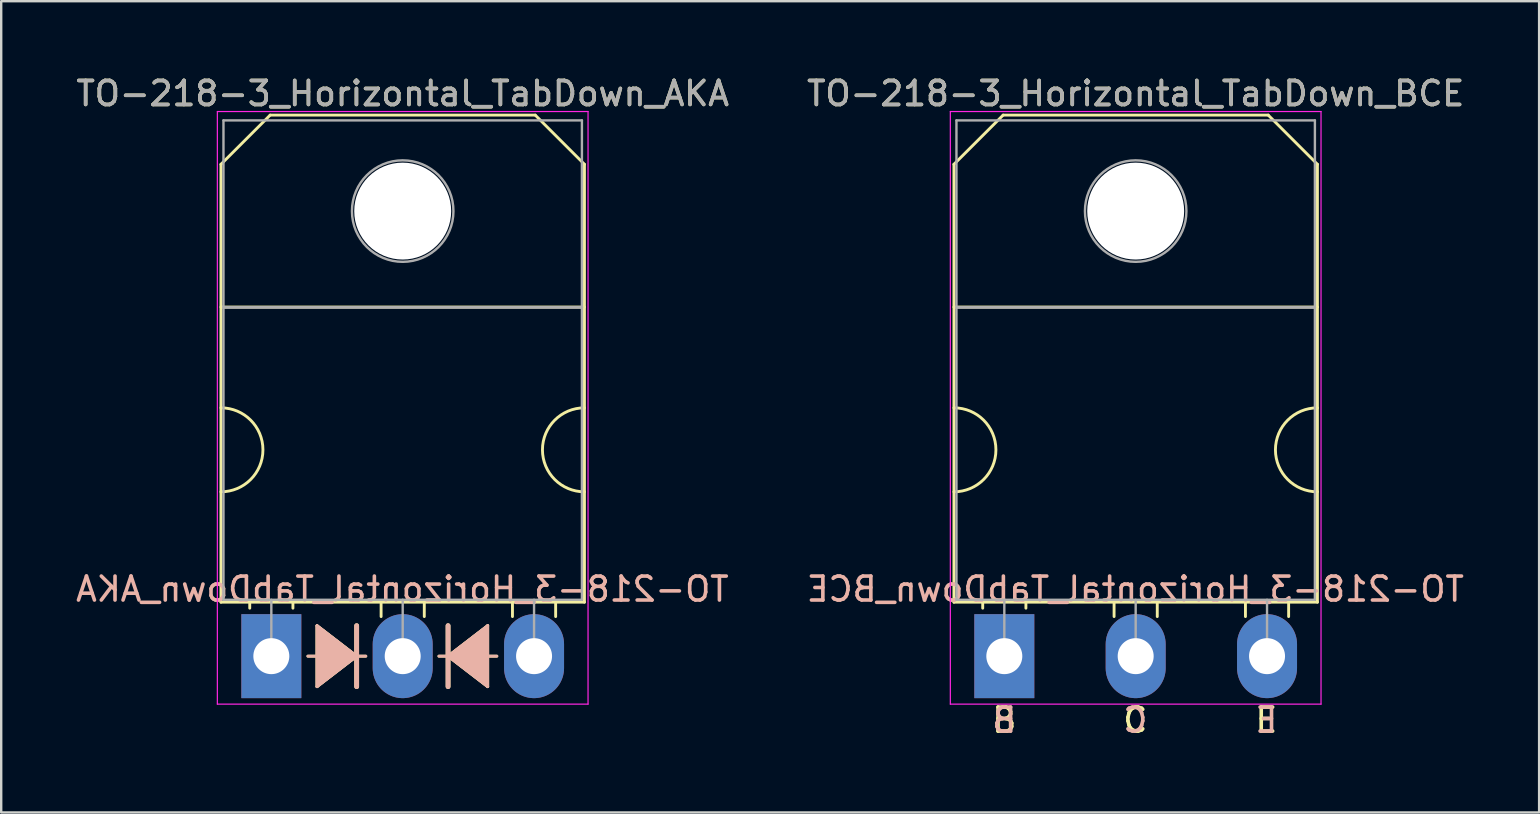
<source format=kicad_pcb>
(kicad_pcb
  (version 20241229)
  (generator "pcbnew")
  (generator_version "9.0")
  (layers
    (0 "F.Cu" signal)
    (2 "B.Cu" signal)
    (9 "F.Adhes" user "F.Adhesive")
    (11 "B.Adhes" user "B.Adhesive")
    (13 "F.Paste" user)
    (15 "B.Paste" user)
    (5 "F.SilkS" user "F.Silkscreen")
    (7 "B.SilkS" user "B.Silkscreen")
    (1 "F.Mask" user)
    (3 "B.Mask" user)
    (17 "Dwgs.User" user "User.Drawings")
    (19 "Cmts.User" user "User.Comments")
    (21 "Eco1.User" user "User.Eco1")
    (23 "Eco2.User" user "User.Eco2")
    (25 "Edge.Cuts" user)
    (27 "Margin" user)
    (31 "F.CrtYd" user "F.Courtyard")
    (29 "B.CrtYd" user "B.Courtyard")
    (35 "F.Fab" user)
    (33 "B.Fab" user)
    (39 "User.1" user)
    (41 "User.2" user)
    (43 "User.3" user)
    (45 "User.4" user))
  (footprint "TO-218-3_Horizontal_TabDown_AKA"
    (layer "F.Cu")
    (at 8.259 24.298)
    (property "Reference" "TO-218-3_Horizontal_TabDown_AKA" (at 5.475 -23.45 0) (layer "F.SilkS") (effects (font (size 1 1) (thickness 0.15))))
    (fp_line (start -2.1 -20.5) (end -0.05 -22.55) (stroke (width 0.12) (type solid)) (layer "F.SilkS"))
    (fp_line (start -2.1 -14.55) (end 13.05 -14.55) (stroke (width 0.12) (type solid)) (layer "F.SilkS"))
    (fp_line (start -2.1 -2.25) (end -2.1 -20.5) (stroke (width 0.12) (type solid)) (layer "F.SilkS"))
    (fp_line (start -0.9 -2.2) (end -0.9 -2) (stroke (width 0.12) (type solid)) (layer "F.SilkS"))
    (fp_line (start -0.05 -22.55) (end 11 -22.55) (stroke (width 0.12) (type solid)) (layer "F.SilkS"))
    (fp_line (start 0.9 -2.2) (end 0.9 -2) (stroke (width 0.12) (type solid)) (layer "F.SilkS"))
    (fp_line (start 1.524 0) (end 1.905 0) (stroke (width 0.12) (type solid)) (layer "F.SilkS"))
    (fp_line (start 1.905 -1.27) (end 1.905 1.27) (stroke (width 0.12) (type solid)) (layer "F.SilkS"))
    (fp_line (start 1.905 1.27) (end 3.556 0) (stroke (width 0.12) (type solid)) (layer "F.SilkS"))
    (fp_line (start 3.556 0) (end 1.905 -1.27) (stroke (width 0.12) (type solid)) (layer "F.SilkS"))
    (fp_line (start 3.556 0) (end 3.556 -1.27) (stroke (width 0.2) (type solid)) (layer "F.SilkS"))
    (fp_line (start 3.556 1.27) (end 3.556 0) (stroke (width 0.2) (type solid)) (layer "F.SilkS"))
    (fp_line (start 3.937 0) (end 3.556 0) (stroke (width 0.12) (type solid)) (layer "F.SilkS"))
    (fp_line (start 4.575 -2.2) (end 4.575 -1.65) (stroke (width 0.12) (type solid)) (layer "F.SilkS"))
    (fp_line (start 6.375 -2.2) (end 6.375 -1.65) (stroke (width 0.12) (type solid)) (layer "F.SilkS"))
    (fp_line (start 6.985 0) (end 7.366 0) (stroke (width 0.12) (type solid)) (layer "F.SilkS"))
    (fp_line (start 7.366 -1.27) (end 7.366 0) (stroke (width 0.2) (type solid)) (layer "F.SilkS"))
    (fp_line (start 7.366 0) (end 7.366 1.27) (stroke (width 0.2) (type solid)) (layer "F.SilkS"))
    (fp_line (start 7.366 0) (end 9.017 1.27) (stroke (width 0.12) (type solid)) (layer "F.SilkS"))
    (fp_line (start 9.017 -1.27) (end 7.366 0) (stroke (width 0.12) (type solid)) (layer "F.SilkS"))
    (fp_line (start 9.017 1.27) (end 9.017 -1.27) (stroke (width 0.12) (type solid)) (layer "F.SilkS"))
    (fp_line (start 9.398 0) (end 9.017 0) (stroke (width 0.12) (type solid)) (layer "F.SilkS"))
    (fp_line (start 10.05 -2.2) (end 10.05 -1.65) (stroke (width 0.12) (type solid)) (layer "F.SilkS"))
    (fp_line (start 11.85 -2.2) (end 11.85 -1.65) (stroke (width 0.12) (type solid)) (layer "F.SilkS"))
    (fp_line (start 13.05 -20.5) (end 11 -22.55) (stroke (width 0.12) (type solid)) (layer "F.SilkS"))
    (fp_line (start 13.05 -20.5) (end 13.05 -2.25) (stroke (width 0.12) (type solid)) (layer "F.SilkS"))
    (fp_line (start 13.05 -2.25) (end -2.1 -2.25) (stroke (width 0.12) (type solid)) (layer "F.SilkS"))
    (fp_arc (start -2.1 -10.35) (mid -0.35 -8.6) (end -2.1 -6.85) (stroke (width 0.12) (type solid)) (layer "F.SilkS"))
    (fp_arc (start 13.05 -6.85) (mid 11.3 -8.6) (end 13.05 -10.35) (stroke (width 0.12) (type solid)) (layer "F.SilkS"))
    (fp_poly (pts (xy 3.556 0) (xy 1.905 1.27) (xy 1.905 -1.27)) (stroke (width 0.1) (type solid)) (fill yes) (layer "F.SilkS"))
    (fp_poly (pts (xy 9.017 1.27) (xy 7.366 0) (xy 9.017 -1.27)) (stroke (width 0.1) (type solid)) (fill yes) (layer "F.SilkS"))
    (fp_line (start 1.524 0) (end 1.905 0) (stroke (width 0.12) (type solid)) (layer "B.SilkS"))
    (fp_line (start 1.905 -1.27) (end 3.556 0) (stroke (width 0.12) (type solid)) (layer "B.SilkS"))
    (fp_line (start 1.905 1.27) (end 1.905 -1.27) (stroke (width 0.12) (type solid)) (layer "B.SilkS"))
    (fp_line (start 3.556 -1.27) (end 3.556 0) (stroke (width 0.2) (type solid)) (layer "B.SilkS"))
    (fp_line (start 3.556 0) (end 1.905 1.27) (stroke (width 0.12) (type solid)) (layer "B.SilkS"))
    (fp_line (start 3.556 0) (end 3.556 1.27) (stroke (width 0.2) (type solid)) (layer "B.SilkS"))
    (fp_line (start 3.937 0) (end 3.556 0) (stroke (width 0.12) (type solid)) (layer "B.SilkS"))
    (fp_line (start 6.985 0) (end 7.366 0) (stroke (width 0.12) (type solid)) (layer "B.SilkS"))
    (fp_line (start 7.366 0) (end 7.366 -1.27) (stroke (width 0.2) (type solid)) (layer "B.SilkS"))
    (fp_line (start 7.366 0) (end 9.017 -1.27) (stroke (width 0.12) (type solid)) (layer "B.SilkS"))
    (fp_line (start 7.366 1.27) (end 7.366 0) (stroke (width 0.2) (type solid)) (layer "B.SilkS"))
    (fp_line (start 9.017 -1.27) (end 9.017 1.27) (stroke (width 0.12) (type solid)) (layer "B.SilkS"))
    (fp_line (start 9.017 1.27) (end 7.366 0) (stroke (width 0.12) (type solid)) (layer "B.SilkS"))
    (fp_line (start 9.398 0) (end 9.017 0) (stroke (width 0.12) (type solid)) (layer "B.SilkS"))
    (fp_poly (pts (xy 3.556 0) (xy 1.905 -1.27) (xy 1.905 1.27)) (stroke (width 0.1) (type solid)) (fill yes) (layer "B.SilkS"))
    (fp_poly (pts (xy 7.366 0) (xy 9.017 1.27) (xy 9.017 -1.27)) (stroke (width 0.1) (type solid)) (fill yes) (layer "B.SilkS"))
    (fp_line (start -2.25 -22.7) (end -2.25 2) (stroke (width 0.05) (type solid)) (layer "F.CrtYd"))
    (fp_line (start -2.25 2) (end 13.2 2) (stroke (width 0.05) (type solid)) (layer "F.CrtYd"))
    (fp_line (start 13.2 -22.7) (end -2.25 -22.7) (stroke (width 0.05) (type solid)) (layer "F.CrtYd"))
    (fp_line (start 13.2 2) (end 13.2 -22.7) (stroke (width 0.05) (type solid)) (layer "F.CrtYd"))
    (fp_line (start -1.995 -22.33) (end 12.945 -22.33) (stroke (width 0.1) (type solid)) (layer "F.Fab"))
    (fp_line (start -1.995 -14.54) (end -1.995 -22.33) (stroke (width 0.1) (type solid)) (layer "F.Fab"))
    (fp_line (start -1.995 -14.54) (end 12.945 -14.54) (stroke (width 0.1) (type solid)) (layer "F.Fab"))
    (fp_line (start -1.995 -2.35) (end -1.995 -14.54) (stroke (width 0.1) (type solid)) (layer "F.Fab"))
    (fp_line (start 0 -2.35) (end 0 0) (stroke (width 0.1) (type solid)) (layer "F.Fab"))
    (fp_line (start 5.475 -2.35) (end 5.475 0) (stroke (width 0.1) (type solid)) (layer "F.Fab"))
    (fp_line (start 10.95 -2.35) (end 10.95 0) (stroke (width 0.1) (type solid)) (layer "F.Fab"))
    (fp_line (start 12.945 -22.33) (end 12.945 -14.54) (stroke (width 0.1) (type solid)) (layer "F.Fab"))
    (fp_line (start 12.945 -14.54) (end -1.995 -14.54) (stroke (width 0.1) (type solid)) (layer "F.Fab"))
    (fp_line (start 12.945 -14.54) (end 12.945 -2.35) (stroke (width 0.1) (type solid)) (layer "F.Fab"))
    (fp_line (start 12.945 -2.35) (end -1.995 -2.35) (stroke (width 0.1) (type solid)) (layer "F.Fab"))
    (fp_circle (center 5.475 -18.55) (end 7.59 -18.55) (stroke (width 0.1) (type solid)) (fill no) (layer "F.Fab"))
    (fp_text user "${REFERENCE}" (at 5.461 -2.794 0) (layer "B.SilkS") (effects (font (size 1 1) (thickness 0.15)) (justify mirror)))
    (fp_text user "${REFERENCE}" (at 5.475 -23.45 0) (layer "F.Fab") (effects (font (size 1 1) (thickness 0.15))))
    (pad "" np_thru_hole oval (at 5.475 -18.55) (size 4.04 4.04) (drill 4.04) (layers "*.Cu" "*.Mask"))
    (pad "1" thru_hole rect (at 0 0) (size 2.5 3.5) (drill 1.5) (layers "*.Cu" "*.Mask"))
    (pad "2" thru_hole oval (at 5.475 0) (size 2.5 3.5) (drill 1.5) (layers "*.Cu" "*.Mask"))
    (pad "3" thru_hole oval (at 10.95 0) (size 2.5 3.5) (drill 1.5) (layers "*.Cu" "*.Mask")))
  (footprint "TO-218-3_Horizontal_TabDown_BCE"
    (layer "F.Cu")
    (at 38.809 24.298)
    (property "Reference" "TO-218-3_Horizontal_TabDown_BCE" (at 5.475 -23.45 0) (layer "F.SilkS") (effects (font (size 1 1) (thickness 0.15))))
    (fp_line (start -2.1 -20.5) (end -0.05 -22.55) (stroke (width 0.12) (type solid)) (layer "F.SilkS"))
    (fp_line (start -2.1 -14.55) (end 13.05 -14.55) (stroke (width 0.12) (type solid)) (layer "F.SilkS"))
    (fp_line (start -2.1 -2.25) (end -2.1 -20.5) (stroke (width 0.12) (type solid)) (layer "F.SilkS"))
    (fp_line (start -0.9 -2.2) (end -0.9 -2) (stroke (width 0.12) (type solid)) (layer "F.SilkS"))
    (fp_line (start -0.05 -22.55) (end 11 -22.55) (stroke (width 0.12) (type solid)) (layer "F.SilkS"))
    (fp_line (start 0.9 -2.2) (end 0.9 -2) (stroke (width 0.12) (type solid)) (layer "F.SilkS"))
    (fp_line (start 4.575 -2.2) (end 4.575 -1.65) (stroke (width 0.12) (type solid)) (layer "F.SilkS"))
    (fp_line (start 6.375 -2.2) (end 6.375 -1.65) (stroke (width 0.12) (type solid)) (layer "F.SilkS"))
    (fp_line (start 10.05 -2.2) (end 10.05 -1.65) (stroke (width 0.12) (type solid)) (layer "F.SilkS"))
    (fp_line (start 11.85 -2.2) (end 11.85 -1.65) (stroke (width 0.12) (type solid)) (layer "F.SilkS"))
    (fp_line (start 13.05 -20.5) (end 11 -22.55) (stroke (width 0.12) (type solid)) (layer "F.SilkS"))
    (fp_line (start 13.05 -20.5) (end 13.05 -2.25) (stroke (width 0.12) (type solid)) (layer "F.SilkS"))
    (fp_line (start 13.05 -2.25) (end -2.1 -2.25) (stroke (width 0.12) (type solid)) (layer "F.SilkS"))
    (fp_arc (start -2.1 -10.35) (mid -0.35 -8.6) (end -2.1 -6.85) (stroke (width 0.12) (type solid)) (layer "F.SilkS"))
    (fp_arc (start 13.05 -6.85) (mid 11.3 -8.6) (end 13.05 -10.35) (stroke (width 0.12) (type solid)) (layer "F.SilkS"))
    (fp_line (start -2.25 -22.7) (end -2.25 2) (stroke (width 0.05) (type solid)) (layer "F.CrtYd"))
    (fp_line (start -2.25 2) (end 13.2 2) (stroke (width 0.05) (type solid)) (layer "F.CrtYd"))
    (fp_line (start 13.2 -22.7) (end -2.25 -22.7) (stroke (width 0.05) (type solid)) (layer "F.CrtYd"))
    (fp_line (start 13.2 2) (end 13.2 -22.7) (stroke (width 0.05) (type solid)) (layer "F.CrtYd"))
    (fp_line (start -1.995 -22.33) (end 12.945 -22.33) (stroke (width 0.1) (type solid)) (layer "F.Fab"))
    (fp_line (start -1.995 -14.54) (end -1.995 -22.33) (stroke (width 0.1) (type solid)) (layer "F.Fab"))
    (fp_line (start -1.995 -14.54) (end 12.945 -14.54) (stroke (width 0.1) (type solid)) (layer "F.Fab"))
    (fp_line (start -1.995 -2.35) (end -1.995 -14.54) (stroke (width 0.1) (type solid)) (layer "F.Fab"))
    (fp_line (start 0 -2.35) (end 0 0) (stroke (width 0.1) (type solid)) (layer "F.Fab"))
    (fp_line (start 5.475 -2.35) (end 5.475 0) (stroke (width 0.1) (type solid)) (layer "F.Fab"))
    (fp_line (start 10.95 -2.35) (end 10.95 0) (stroke (width 0.1) (type solid)) (layer "F.Fab"))
    (fp_line (start 12.945 -22.33) (end 12.945 -14.54) (stroke (width 0.1) (type solid)) (layer "F.Fab"))
    (fp_line (start 12.945 -14.54) (end -1.995 -14.54) (stroke (width 0.1) (type solid)) (layer "F.Fab"))
    (fp_line (start 12.945 -14.54) (end 12.945 -2.35) (stroke (width 0.1) (type solid)) (layer "F.Fab"))
    (fp_line (start 12.945 -2.35) (end -1.995 -2.35) (stroke (width 0.1) (type solid)) (layer "F.Fab"))
    (fp_circle (center 5.475 -18.55) (end 7.59 -18.55) (stroke (width 0.1) (type solid)) (fill no) (layer "F.Fab"))
    (fp_text user "C" (at 5.461 2.667 0) (unlocked yes) (layer "F.SilkS") (effects (font (size 1 1) (thickness 0.15))))
    (fp_text user "E" (at 10.922 2.667 0) (unlocked yes) (layer "F.SilkS") (effects (font (size 1 1) (thickness 0.15))))
    (fp_text user "B" (at 0 2.667 0) (unlocked yes) (layer "F.SilkS") (effects (font (size 1 1) (thickness 0.15))))
    (fp_text user "C" (at 5.461 2.667 0) (unlocked yes) (layer "B.SilkS") (effects (font (size 1 1) (thickness 0.15)) (justify mirror)))
    (fp_text user "${REFERENCE}" (at 5.461 -2.794 0) (layer "B.SilkS") (effects (font (size 1 1) (thickness 0.15)) (justify mirror)))
    (fp_text user "E" (at 10.922 2.667 0) (unlocked yes) (layer "B.SilkS") (effects (font (size 1 1) (thickness 0.15)) (justify mirror)))
    (fp_text user "B" (at 0 2.667 0) (unlocked yes) (layer "B.SilkS") (effects (font (size 1 1) (thickness 0.15)) (justify mirror)))
    (fp_text user "${REFERENCE}" (at 5.475 -23.45 0) (layer "F.Fab") (effects (font (size 1 1) (thickness 0.15))))
    (pad "" np_thru_hole oval (at 5.475 -18.55) (size 4.04 4.04) (drill 4.04) (layers "*.Cu" "*.Mask"))
    (pad "1" thru_hole rect (at 0 0) (size 2.5 3.5) (drill 1.5) (layers "*.Cu" "*.Mask"))
    (pad "2" thru_hole oval (at 5.475 0) (size 2.5 3.5) (drill 1.5) (layers "*.Cu" "*.Mask"))
    (pad "3" thru_hole oval (at 10.95 0) (size 2.5 3.5) (drill 1.5) (layers "*.Cu" "*.Mask")))
  (gr_rect
    (start -3 -3)
    (end 61.099 30.814)
    (stroke (width 0.1) (type default))
    (fill no)
    (layer "Edge.Cuts")))
</source>
